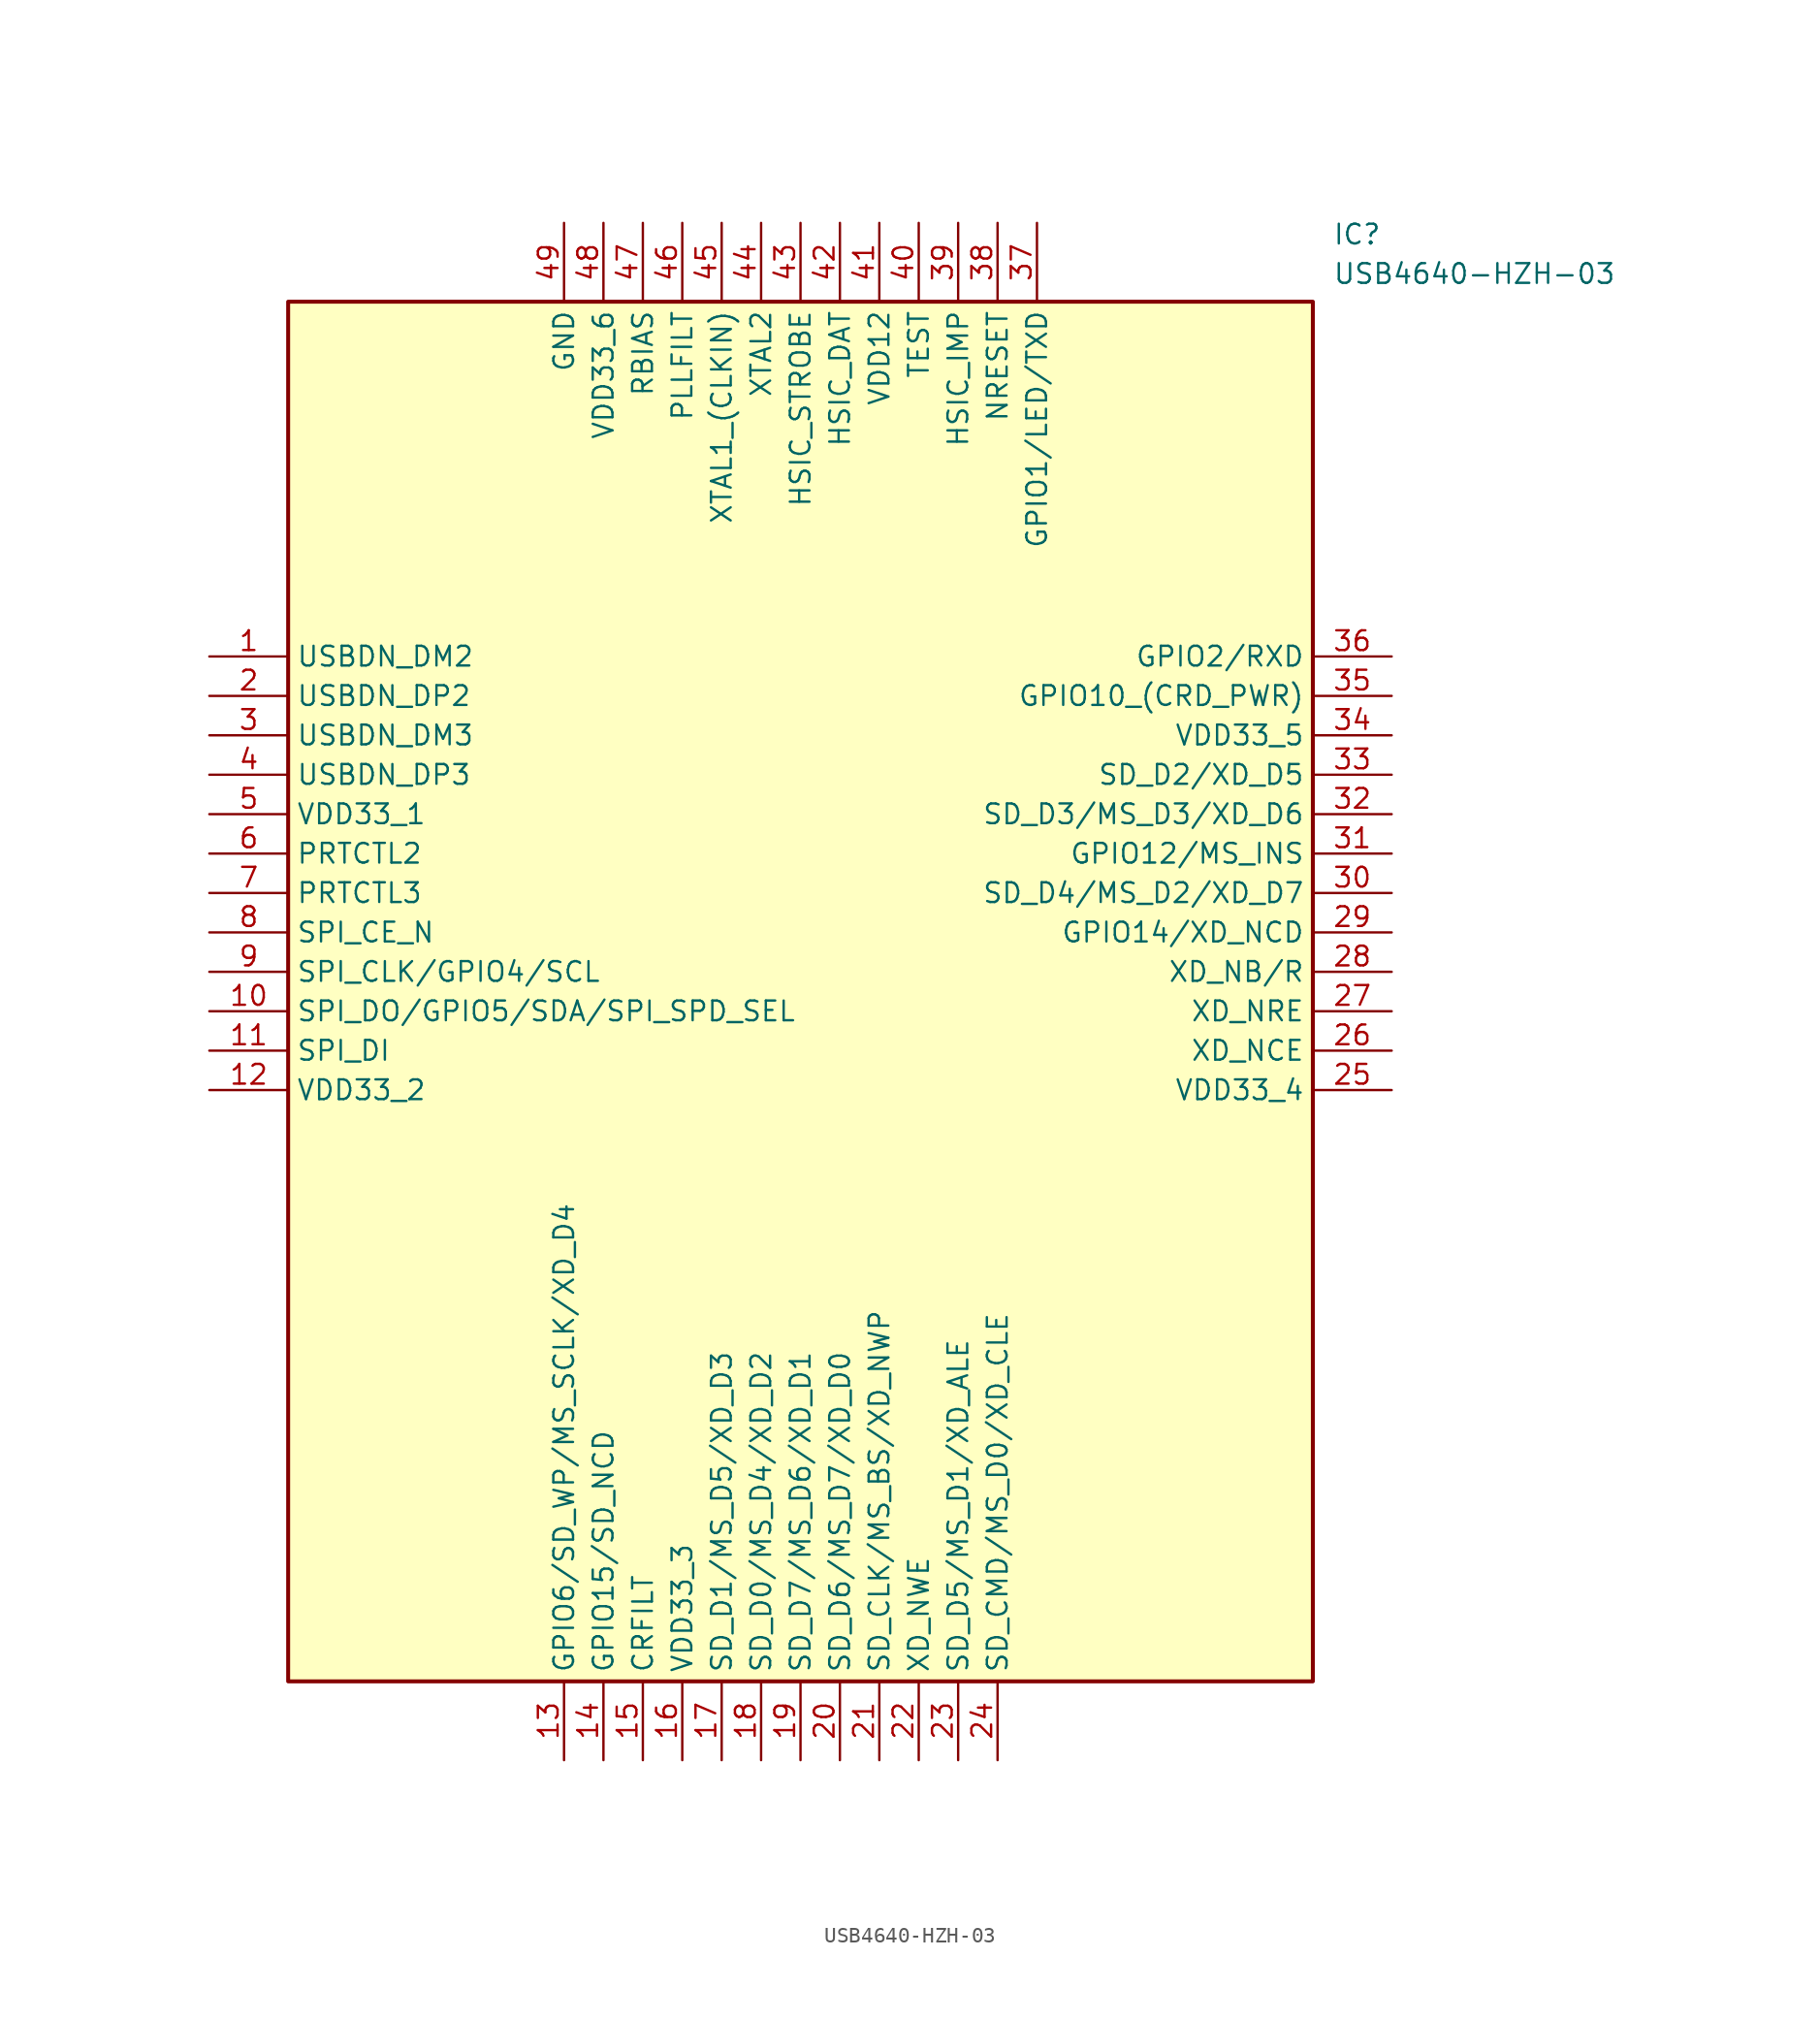
<source format=kicad_sym>
(kicad_symbol_lib
  (version 20211014)
  (generator SamacSys_ECAD_Model)
  (symbol "USB4640-HZH-03"
    (property "Reference" "IC"
      (at 72.39 27.94 0)
      (effects (font (size 1.27 1.27)) (justify left top)))
    (property "Value" "USB4640-HZH-03"
      (at 72.39 25.4 0)
      (effects (font (size 1.27 1.27)) (justify left top)))
    (rectangle
      (start 5.08 22.86)
      (end 71.12 -66.04)
      (stroke (width 0.254) (type default))
      (fill (type background)))
    (pin passive line
      (at 0 0 0)
      (length 5.08)
      (name "USBDN_DM2" (effects (font (size 1.27 1.27))))
      (number "1" (effects (font (size 1.27 1.27)))))
    (pin passive line
      (at 0 -2.54 0)
      (length 5.08)
      (name "USBDN_DP2" (effects (font (size 1.27 1.27))))
      (number "2" (effects (font (size 1.27 1.27)))))
    (pin passive line
      (at 0 -5.08 0)
      (length 5.08)
      (name "USBDN_DM3" (effects (font (size 1.27 1.27))))
      (number "3" (effects (font (size 1.27 1.27)))))
    (pin passive line
      (at 0 -7.62 0)
      (length 5.08)
      (name "USBDN_DP3" (effects (font (size 1.27 1.27))))
      (number "4" (effects (font (size 1.27 1.27)))))
    (pin passive line
      (at 0 -10.16 0)
      (length 5.08)
      (name "VDD33_1" (effects (font (size 1.27 1.27))))
      (number "5" (effects (font (size 1.27 1.27)))))
    (pin passive line
      (at 0 -12.7 0)
      (length 5.08)
      (name "PRTCTL2" (effects (font (size 1.27 1.27))))
      (number "6" (effects (font (size 1.27 1.27)))))
    (pin passive line
      (at 0 -15.24 0)
      (length 5.08)
      (name "PRTCTL3" (effects (font (size 1.27 1.27))))
      (number "7" (effects (font (size 1.27 1.27)))))
    (pin passive line
      (at 0 -17.78 0)
      (length 5.08)
      (name "SPI_CE_N" (effects (font (size 1.27 1.27))))
      (number "8" (effects (font (size 1.27 1.27)))))
    (pin passive line
      (at 0 -20.32 0)
      (length 5.08)
      (name "SPI_CLK/GPIO4/SCL" (effects (font (size 1.27 1.27))))
      (number "9" (effects (font (size 1.27 1.27)))))
    (pin passive line
      (at 0 -22.86 0)
      (length 5.08)
      (name "SPI_DO/GPIO5/SDA/SPI_SPD_SEL" (effects (font (size 1.27 1.27))))
      (number "10" (effects (font (size 1.27 1.27)))))
    (pin passive line
      (at 0 -25.4 0)
      (length 5.08)
      (name "SPI_DI" (effects (font (size 1.27 1.27))))
      (number "11" (effects (font (size 1.27 1.27)))))
    (pin passive line
      (at 0 -27.94 0)
      (length 5.08)
      (name "VDD33_2" (effects (font (size 1.27 1.27))))
      (number "12" (effects (font (size 1.27 1.27)))))
    (pin passive line
      (at 22.86 -71.12 90)
      (length 5.08)
      (name "GPIO6/SD_WP/MS_SCLK/XD_D4" (effects (font (size 1.27 1.27))))
      (number "13" (effects (font (size 1.27 1.27)))))
    (pin passive line
      (at 25.4 -71.12 90)
      (length 5.08)
      (name "GPIO15/SD_NCD" (effects (font (size 1.27 1.27))))
      (number "14" (effects (font (size 1.27 1.27)))))
    (pin passive line
      (at 27.94 -71.12 90)
      (length 5.08)
      (name "CRFILT" (effects (font (size 1.27 1.27))))
      (number "15" (effects (font (size 1.27 1.27)))))
    (pin passive line
      (at 30.48 -71.12 90)
      (length 5.08)
      (name "VDD33_3" (effects (font (size 1.27 1.27))))
      (number "16" (effects (font (size 1.27 1.27)))))
    (pin passive line
      (at 33.02 -71.12 90)
      (length 5.08)
      (name "SD_D1/MS_D5/XD_D3" (effects (font (size 1.27 1.27))))
      (number "17" (effects (font (size 1.27 1.27)))))
    (pin passive line
      (at 35.56 -71.12 90)
      (length 5.08)
      (name "SD_D0/MS_D4/XD_D2" (effects (font (size 1.27 1.27))))
      (number "18" (effects (font (size 1.27 1.27)))))
    (pin passive line
      (at 38.1 -71.12 90)
      (length 5.08)
      (name "SD_D7/MS_D6/XD_D1" (effects (font (size 1.27 1.27))))
      (number "19" (effects (font (size 1.27 1.27)))))
    (pin passive line
      (at 40.64 -71.12 90)
      (length 5.08)
      (name "SD_D6/MS_D7/XD_D0" (effects (font (size 1.27 1.27))))
      (number "20" (effects (font (size 1.27 1.27)))))
    (pin passive line
      (at 43.18 -71.12 90)
      (length 5.08)
      (name "SD_CLK/MS_BS/XD_NWP" (effects (font (size 1.27 1.27))))
      (number "21" (effects (font (size 1.27 1.27)))))
    (pin passive line
      (at 45.72 -71.12 90)
      (length 5.08)
      (name "XD_NWE" (effects (font (size 1.27 1.27))))
      (number "22" (effects (font (size 1.27 1.27)))))
    (pin passive line
      (at 48.26 -71.12 90)
      (length 5.08)
      (name "SD_D5/MS_D1/XD_ALE" (effects (font (size 1.27 1.27))))
      (number "23" (effects (font (size 1.27 1.27)))))
    (pin passive line
      (at 50.8 -71.12 90)
      (length 5.08)
      (name "SD_CMD/MS_D0/XD_CLE" (effects (font (size 1.27 1.27))))
      (number "24" (effects (font (size 1.27 1.27)))))
    (pin passive line
      (at 76.2 0 180)
      (length 5.08)
      (name "GPIO2/RXD" (effects (font (size 1.27 1.27))))
      (number "36" (effects (font (size 1.27 1.27)))))
    (pin passive line
      (at 76.2 -2.54 180)
      (length 5.08)
      (name "GPIO10_(CRD_PWR)" (effects (font (size 1.27 1.27))))
      (number "35" (effects (font (size 1.27 1.27)))))
    (pin passive line
      (at 76.2 -5.08 180)
      (length 5.08)
      (name "VDD33_5" (effects (font (size 1.27 1.27))))
      (number "34" (effects (font (size 1.27 1.27)))))
    (pin passive line
      (at 76.2 -7.62 180)
      (length 5.08)
      (name "SD_D2/XD_D5" (effects (font (size 1.27 1.27))))
      (number "33" (effects (font (size 1.27 1.27)))))
    (pin passive line
      (at 76.2 -10.16 180)
      (length 5.08)
      (name "SD_D3/MS_D3/XD_D6" (effects (font (size 1.27 1.27))))
      (number "32" (effects (font (size 1.27 1.27)))))
    (pin passive line
      (at 76.2 -12.7 180)
      (length 5.08)
      (name "GPIO12/MS_INS" (effects (font (size 1.27 1.27))))
      (number "31" (effects (font (size 1.27 1.27)))))
    (pin passive line
      (at 76.2 -15.24 180)
      (length 5.08)
      (name "SD_D4/MS_D2/XD_D7" (effects (font (size 1.27 1.27))))
      (number "30" (effects (font (size 1.27 1.27)))))
    (pin passive line
      (at 76.2 -17.78 180)
      (length 5.08)
      (name "GPIO14/XD_NCD" (effects (font (size 1.27 1.27))))
      (number "29" (effects (font (size 1.27 1.27)))))
    (pin passive line
      (at 76.2 -20.32 180)
      (length 5.08)
      (name "XD_NB/R" (effects (font (size 1.27 1.27))))
      (number "28" (effects (font (size 1.27 1.27)))))
    (pin passive line
      (at 76.2 -22.86 180)
      (length 5.08)
      (name "XD_NRE" (effects (font (size 1.27 1.27))))
      (number "27" (effects (font (size 1.27 1.27)))))
    (pin passive line
      (at 76.2 -25.4 180)
      (length 5.08)
      (name "XD_NCE" (effects (font (size 1.27 1.27))))
      (number "26" (effects (font (size 1.27 1.27)))))
    (pin passive line
      (at 76.2 -27.94 180)
      (length 5.08)
      (name "VDD33_4" (effects (font (size 1.27 1.27))))
      (number "25" (effects (font (size 1.27 1.27)))))
    (pin passive line
      (at 22.86 27.94 270)
      (length 5.08)
      (name "GND" (effects (font (size 1.27 1.27))))
      (number "49" (effects (font (size 1.27 1.27)))))
    (pin passive line
      (at 25.4 27.94 270)
      (length 5.08)
      (name "VDD33_6" (effects (font (size 1.27 1.27))))
      (number "48" (effects (font (size 1.27 1.27)))))
    (pin passive line
      (at 27.94 27.94 270)
      (length 5.08)
      (name "RBIAS" (effects (font (size 1.27 1.27))))
      (number "47" (effects (font (size 1.27 1.27)))))
    (pin passive line
      (at 30.48 27.94 270)
      (length 5.08)
      (name "PLLFILT" (effects (font (size 1.27 1.27))))
      (number "46" (effects (font (size 1.27 1.27)))))
    (pin passive line
      (at 33.02 27.94 270)
      (length 5.08)
      (name "XTAL1_(CLKIN)" (effects (font (size 1.27 1.27))))
      (number "45" (effects (font (size 1.27 1.27)))))
    (pin passive line
      (at 35.56 27.94 270)
      (length 5.08)
      (name "XTAL2" (effects (font (size 1.27 1.27))))
      (number "44" (effects (font (size 1.27 1.27)))))
    (pin passive line
      (at 38.1 27.94 270)
      (length 5.08)
      (name "HSIC_STROBE" (effects (font (size 1.27 1.27))))
      (number "43" (effects (font (size 1.27 1.27)))))
    (pin passive line
      (at 40.64 27.94 270)
      (length 5.08)
      (name "HSIC_DAT" (effects (font (size 1.27 1.27))))
      (number "42" (effects (font (size 1.27 1.27)))))
    (pin passive line
      (at 43.18 27.94 270)
      (length 5.08)
      (name "VDD12" (effects (font (size 1.27 1.27))))
      (number "41" (effects (font (size 1.27 1.27)))))
    (pin passive line
      (at 45.72 27.94 270)
      (length 5.08)
      (name "TEST" (effects (font (size 1.27 1.27))))
      (number "40" (effects (font (size 1.27 1.27)))))
    (pin passive line
      (at 48.26 27.94 270)
      (length 5.08)
      (name "HSIC_IMP" (effects (font (size 1.27 1.27))))
      (number "39" (effects (font (size 1.27 1.27)))))
    (pin passive line
      (at 50.8 27.94 270)
      (length 5.08)
      (name "NRESET" (effects (font (size 1.27 1.27))))
      (number "38" (effects (font (size 1.27 1.27)))))
    (pin passive line
      (at 53.34 27.94 270)
      (length 5.08)
      (name "GPIO1/LED/TXD" (effects (font (size 1.27 1.27))))
      (number "37" (effects (font (size 1.27 1.27)))))))
</source>
